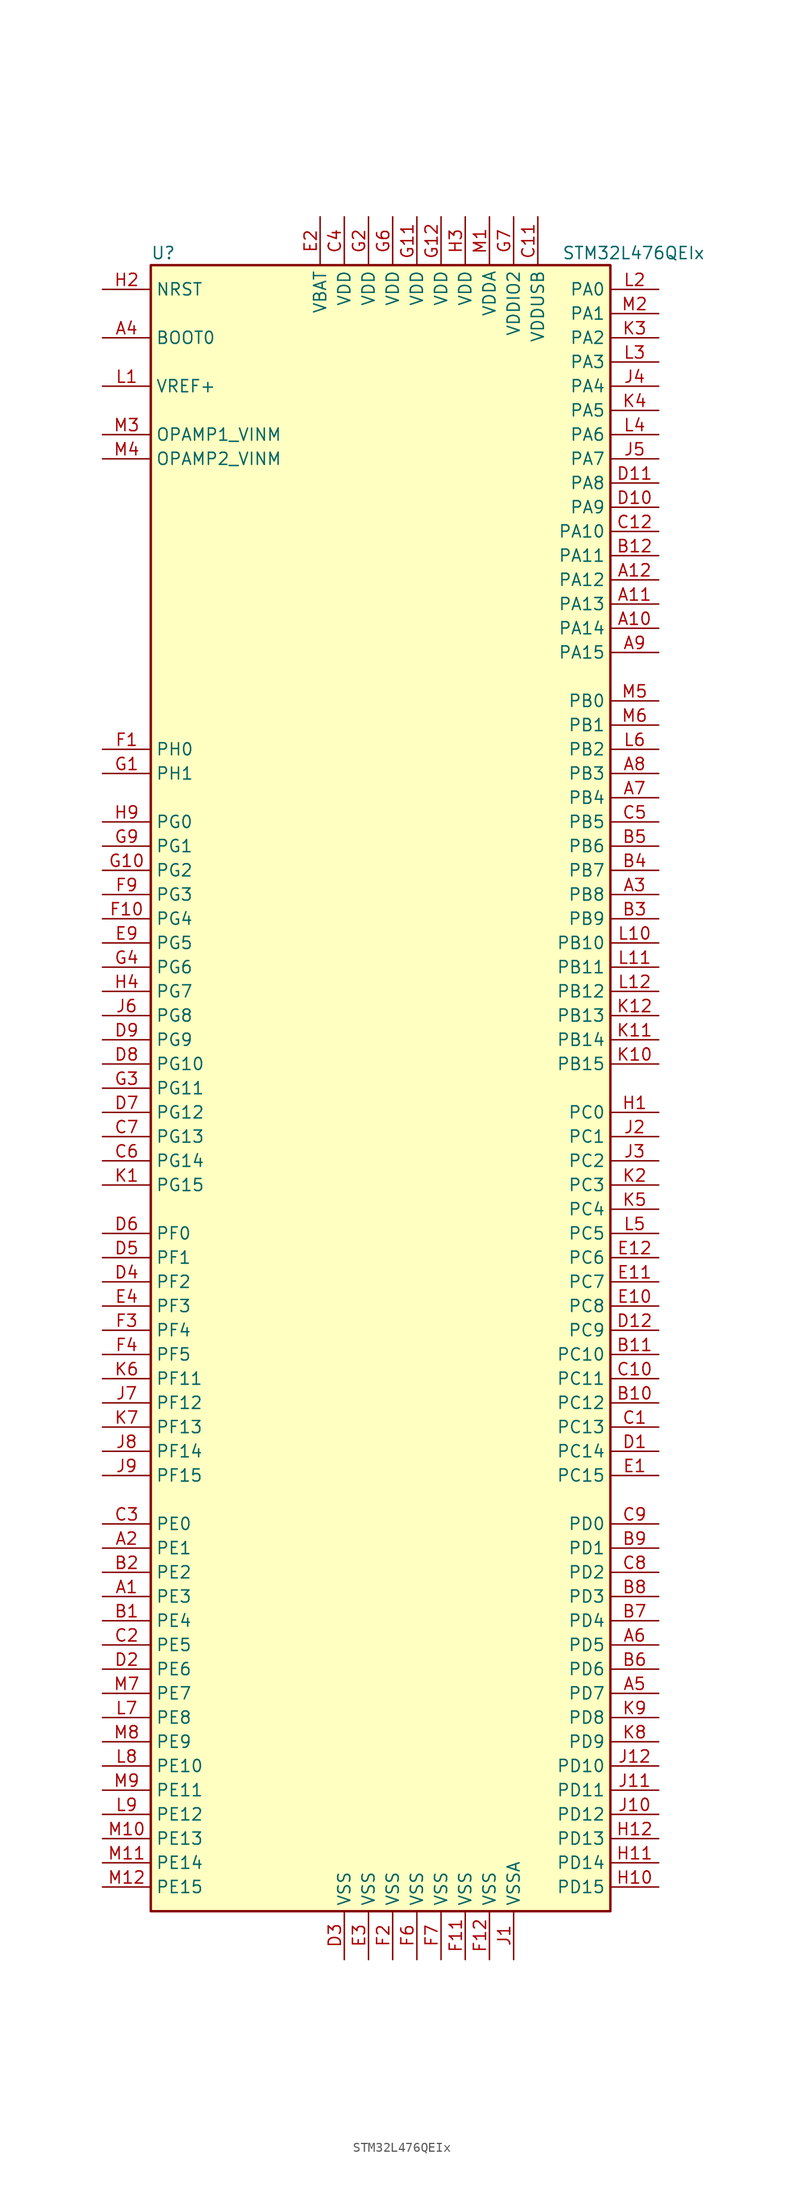
<source format=kicad_sym>
(kicad_symbol_lib
  (version 20201005)
  (generator kicad_symbol_editor)
  (symbol "STM32L476QEIx"
    (property "Reference" "U"
      (at -25.4 87.63 0)
      (effects (font (size 1.27 1.27)) (justify left)))
    (property "Value" "STM32L476QEIx"
      (at 17.78 87.63 0)
      (effects (font (size 1.27 1.27)) (justify left)))
    (symbol "STM32L476QEIx_0_1"
      (rectangle (start -25.4 -86.36) (end 22.86 86.36) (stroke (width 0.254)) (fill (type background))))
    (symbol "STM32L476QEIx_1_1"
      (pin bidirectional line (at -30.48 -53.34 0) (length 5.08) (name "PE3" (effects (font (size 1.27 1.27)))) (number "A1" (effects (font (size 1.27 1.27)))))
      (pin bidirectional line (at 27.94 48.26 180) (length 5.08) (name "PA14" (effects (font (size 1.27 1.27)))) (number "A10" (effects (font (size 1.27 1.27)))))
      (pin bidirectional line (at 27.94 50.8 180) (length 5.08) (name "PA13" (effects (font (size 1.27 1.27)))) (number "A11" (effects (font (size 1.27 1.27)))))
      (pin bidirectional line (at 27.94 53.34 180) (length 5.08) (name "PA12" (effects (font (size 1.27 1.27)))) (number "A12" (effects (font (size 1.27 1.27)))))
      (pin bidirectional line (at -30.48 -48.26 0) (length 5.08) (name "PE1" (effects (font (size 1.27 1.27)))) (number "A2" (effects (font (size 1.27 1.27)))))
      (pin bidirectional line (at 27.94 20.32 180) (length 5.08) (name "PB8" (effects (font (size 1.27 1.27)))) (number "A3" (effects (font (size 1.27 1.27)))))
      (pin input line (at -30.48 78.74 0) (length 5.08) (name "BOOT0" (effects (font (size 1.27 1.27)))) (number "A4" (effects (font (size 1.27 1.27)))))
      (pin bidirectional line (at 27.94 -63.5 180) (length 5.08) (name "PD7" (effects (font (size 1.27 1.27)))) (number "A5" (effects (font (size 1.27 1.27)))))
      (pin bidirectional line (at 27.94 -58.42 180) (length 5.08) (name "PD5" (effects (font (size 1.27 1.27)))) (number "A6" (effects (font (size 1.27 1.27)))))
      (pin bidirectional line (at 27.94 30.48 180) (length 5.08) (name "PB4" (effects (font (size 1.27 1.27)))) (number "A7" (effects (font (size 1.27 1.27)))))
      (pin bidirectional line (at 27.94 33.02 180) (length 5.08) (name "PB3" (effects (font (size 1.27 1.27)))) (number "A8" (effects (font (size 1.27 1.27)))))
      (pin bidirectional line (at 27.94 45.72 180) (length 5.08) (name "PA15" (effects (font (size 1.27 1.27)))) (number "A9" (effects (font (size 1.27 1.27)))))
      (pin bidirectional line (at -30.48 -55.88 0) (length 5.08) (name "PE4" (effects (font (size 1.27 1.27)))) (number "B1" (effects (font (size 1.27 1.27)))))
      (pin bidirectional line (at 27.94 -33.02 180) (length 5.08) (name "PC12" (effects (font (size 1.27 1.27)))) (number "B10" (effects (font (size 1.27 1.27)))))
      (pin bidirectional line (at 27.94 -27.94 180) (length 5.08) (name "PC10" (effects (font (size 1.27 1.27)))) (number "B11" (effects (font (size 1.27 1.27)))))
      (pin bidirectional line (at 27.94 55.88 180) (length 5.08) (name "PA11" (effects (font (size 1.27 1.27)))) (number "B12" (effects (font (size 1.27 1.27)))))
      (pin bidirectional line (at -30.48 -50.8 0) (length 5.08) (name "PE2" (effects (font (size 1.27 1.27)))) (number "B2" (effects (font (size 1.27 1.27)))))
      (pin bidirectional line (at 27.94 17.78 180) (length 5.08) (name "PB9" (effects (font (size 1.27 1.27)))) (number "B3" (effects (font (size 1.27 1.27)))))
      (pin bidirectional line (at 27.94 22.86 180) (length 5.08) (name "PB7" (effects (font (size 1.27 1.27)))) (number "B4" (effects (font (size 1.27 1.27)))))
      (pin bidirectional line (at 27.94 25.4 180) (length 5.08) (name "PB6" (effects (font (size 1.27 1.27)))) (number "B5" (effects (font (size 1.27 1.27)))))
      (pin bidirectional line (at 27.94 -60.96 180) (length 5.08) (name "PD6" (effects (font (size 1.27 1.27)))) (number "B6" (effects (font (size 1.27 1.27)))))
      (pin bidirectional line (at 27.94 -55.88 180) (length 5.08) (name "PD4" (effects (font (size 1.27 1.27)))) (number "B7" (effects (font (size 1.27 1.27)))))
      (pin bidirectional line (at 27.94 -53.34 180) (length 5.08) (name "PD3" (effects (font (size 1.27 1.27)))) (number "B8" (effects (font (size 1.27 1.27)))))
      (pin bidirectional line (at 27.94 -48.26 180) (length 5.08) (name "PD1" (effects (font (size 1.27 1.27)))) (number "B9" (effects (font (size 1.27 1.27)))))
      (pin bidirectional line (at 27.94 -35.56 180) (length 5.08) (name "PC13" (effects (font (size 1.27 1.27)))) (number "C1" (effects (font (size 1.27 1.27)))))
      (pin bidirectional line (at 27.94 -30.48 180) (length 5.08) (name "PC11" (effects (font (size 1.27 1.27)))) (number "C10" (effects (font (size 1.27 1.27)))))
      (pin power_in line (at 15.24 91.44 270) (length 5.08) (name "VDDUSB" (effects (font (size 1.27 1.27)))) (number "C11" (effects (font (size 1.27 1.27)))))
      (pin bidirectional line (at 27.94 58.42 180) (length 5.08) (name "PA10" (effects (font (size 1.27 1.27)))) (number "C12" (effects (font (size 1.27 1.27)))))
      (pin bidirectional line (at -30.48 -58.42 0) (length 5.08) (name "PE5" (effects (font (size 1.27 1.27)))) (number "C2" (effects (font (size 1.27 1.27)))))
      (pin bidirectional line (at -30.48 -45.72 0) (length 5.08) (name "PE0" (effects (font (size 1.27 1.27)))) (number "C3" (effects (font (size 1.27 1.27)))))
      (pin power_in line (at -5.08 91.44 270) (length 5.08) (name "VDD" (effects (font (size 1.27 1.27)))) (number "C4" (effects (font (size 1.27 1.27)))))
      (pin bidirectional line (at 27.94 27.94 180) (length 5.08) (name "PB5" (effects (font (size 1.27 1.27)))) (number "C5" (effects (font (size 1.27 1.27)))))
      (pin bidirectional line (at -30.48 -7.62 0) (length 5.08) (name "PG14" (effects (font (size 1.27 1.27)))) (number "C6" (effects (font (size 1.27 1.27)))))
      (pin bidirectional line (at -30.48 -5.08 0) (length 5.08) (name "PG13" (effects (font (size 1.27 1.27)))) (number "C7" (effects (font (size 1.27 1.27)))))
      (pin bidirectional line (at 27.94 -50.8 180) (length 5.08) (name "PD2" (effects (font (size 1.27 1.27)))) (number "C8" (effects (font (size 1.27 1.27)))))
      (pin bidirectional line (at 27.94 -45.72 180) (length 5.08) (name "PD0" (effects (font (size 1.27 1.27)))) (number "C9" (effects (font (size 1.27 1.27)))))
      (pin bidirectional line (at 27.94 -38.1 180) (length 5.08) (name "PC14" (effects (font (size 1.27 1.27)))) (number "D1" (effects (font (size 1.27 1.27)))))
      (pin bidirectional line (at 27.94 60.96 180) (length 5.08) (name "PA9" (effects (font (size 1.27 1.27)))) (number "D10" (effects (font (size 1.27 1.27)))))
      (pin bidirectional line (at 27.94 63.5 180) (length 5.08) (name "PA8" (effects (font (size 1.27 1.27)))) (number "D11" (effects (font (size 1.27 1.27)))))
      (pin bidirectional line (at 27.94 -25.4 180) (length 5.08) (name "PC9" (effects (font (size 1.27 1.27)))) (number "D12" (effects (font (size 1.27 1.27)))))
      (pin bidirectional line (at -30.48 -60.96 0) (length 5.08) (name "PE6" (effects (font (size 1.27 1.27)))) (number "D2" (effects (font (size 1.27 1.27)))))
      (pin power_in line (at -5.08 -91.44 90) (length 5.08) (name "VSS" (effects (font (size 1.27 1.27)))) (number "D3" (effects (font (size 1.27 1.27)))))
      (pin bidirectional line (at -30.48 -20.32 0) (length 5.08) (name "PF2" (effects (font (size 1.27 1.27)))) (number "D4" (effects (font (size 1.27 1.27)))))
      (pin bidirectional line (at -30.48 -17.78 0) (length 5.08) (name "PF1" (effects (font (size 1.27 1.27)))) (number "D5" (effects (font (size 1.27 1.27)))))
      (pin bidirectional line (at -30.48 -15.24 0) (length 5.08) (name "PF0" (effects (font (size 1.27 1.27)))) (number "D6" (effects (font (size 1.27 1.27)))))
      (pin bidirectional line (at -30.48 -2.54 0) (length 5.08) (name "PG12" (effects (font (size 1.27 1.27)))) (number "D7" (effects (font (size 1.27 1.27)))))
      (pin bidirectional line (at -30.48 2.54 0) (length 5.08) (name "PG10" (effects (font (size 1.27 1.27)))) (number "D8" (effects (font (size 1.27 1.27)))))
      (pin bidirectional line (at -30.48 5.08 0) (length 5.08) (name "PG9" (effects (font (size 1.27 1.27)))) (number "D9" (effects (font (size 1.27 1.27)))))
      (pin bidirectional line (at 27.94 -40.64 180) (length 5.08) (name "PC15" (effects (font (size 1.27 1.27)))) (number "E1" (effects (font (size 1.27 1.27)))))
      (pin bidirectional line (at 27.94 -22.86 180) (length 5.08) (name "PC8" (effects (font (size 1.27 1.27)))) (number "E10" (effects (font (size 1.27 1.27)))))
      (pin bidirectional line (at 27.94 -20.32 180) (length 5.08) (name "PC7" (effects (font (size 1.27 1.27)))) (number "E11" (effects (font (size 1.27 1.27)))))
      (pin bidirectional line (at 27.94 -17.78 180) (length 5.08) (name "PC6" (effects (font (size 1.27 1.27)))) (number "E12" (effects (font (size 1.27 1.27)))))
      (pin power_in line (at -7.62 91.44 270) (length 5.08) (name "VBAT" (effects (font (size 1.27 1.27)))) (number "E2" (effects (font (size 1.27 1.27)))))
      (pin power_in line (at -2.54 -91.44 90) (length 5.08) (name "VSS" (effects (font (size 1.27 1.27)))) (number "E3" (effects (font (size 1.27 1.27)))))
      (pin bidirectional line (at -30.48 -22.86 0) (length 5.08) (name "PF3" (effects (font (size 1.27 1.27)))) (number "E4" (effects (font (size 1.27 1.27)))))
      (pin bidirectional line (at -30.48 15.24 0) (length 5.08) (name "PG5" (effects (font (size 1.27 1.27)))) (number "E9" (effects (font (size 1.27 1.27)))))
      (pin input line (at -30.48 35.56 0) (length 5.08) (name "PH0" (effects (font (size 1.27 1.27)))) (number "F1" (effects (font (size 1.27 1.27)))))
      (pin bidirectional line (at -30.48 17.78 0) (length 5.08) (name "PG4" (effects (font (size 1.27 1.27)))) (number "F10" (effects (font (size 1.27 1.27)))))
      (pin power_in line (at 7.62 -91.44 90) (length 5.08) (name "VSS" (effects (font (size 1.27 1.27)))) (number "F11" (effects (font (size 1.27 1.27)))))
      (pin power_in line (at 10.16 -91.44 90) (length 5.08) (name "VSS" (effects (font (size 1.27 1.27)))) (number "F12" (effects (font (size 1.27 1.27)))))
      (pin power_in line (at 0 -91.44 90) (length 5.08) (name "VSS" (effects (font (size 1.27 1.27)))) (number "F2" (effects (font (size 1.27 1.27)))))
      (pin bidirectional line (at -30.48 -25.4 0) (length 5.08) (name "PF4" (effects (font (size 1.27 1.27)))) (number "F3" (effects (font (size 1.27 1.27)))))
      (pin bidirectional line (at -30.48 -27.94 0) (length 5.08) (name "PF5" (effects (font (size 1.27 1.27)))) (number "F4" (effects (font (size 1.27 1.27)))))
      (pin power_in line (at 2.54 -91.44 90) (length 5.08) (name "VSS" (effects (font (size 1.27 1.27)))) (number "F6" (effects (font (size 1.27 1.27)))))
      (pin power_in line (at 5.08 -91.44 90) (length 5.08) (name "VSS" (effects (font (size 1.27 1.27)))) (number "F7" (effects (font (size 1.27 1.27)))))
      (pin bidirectional line (at -30.48 20.32 0) (length 5.08) (name "PG3" (effects (font (size 1.27 1.27)))) (number "F9" (effects (font (size 1.27 1.27)))))
      (pin input line (at -30.48 33.02 0) (length 5.08) (name "PH1" (effects (font (size 1.27 1.27)))) (number "G1" (effects (font (size 1.27 1.27)))))
      (pin bidirectional line (at -30.48 22.86 0) (length 5.08) (name "PG2" (effects (font (size 1.27 1.27)))) (number "G10" (effects (font (size 1.27 1.27)))))
      (pin power_in line (at 2.54 91.44 270) (length 5.08) (name "VDD" (effects (font (size 1.27 1.27)))) (number "G11" (effects (font (size 1.27 1.27)))))
      (pin power_in line (at 5.08 91.44 270) (length 5.08) (name "VDD" (effects (font (size 1.27 1.27)))) (number "G12" (effects (font (size 1.27 1.27)))))
      (pin power_in line (at -2.54 91.44 270) (length 5.08) (name "VDD" (effects (font (size 1.27 1.27)))) (number "G2" (effects (font (size 1.27 1.27)))))
      (pin bidirectional line (at -30.48 0 0) (length 5.08) (name "PG11" (effects (font (size 1.27 1.27)))) (number "G3" (effects (font (size 1.27 1.27)))))
      (pin bidirectional line (at -30.48 12.7 0) (length 5.08) (name "PG6" (effects (font (size 1.27 1.27)))) (number "G4" (effects (font (size 1.27 1.27)))))
      (pin power_in line (at 0 91.44 270) (length 5.08) (name "VDD" (effects (font (size 1.27 1.27)))) (number "G6" (effects (font (size 1.27 1.27)))))
      (pin power_in line (at 12.7 91.44 270) (length 5.08) (name "VDDIO2" (effects (font (size 1.27 1.27)))) (number "G7" (effects (font (size 1.27 1.27)))))
      (pin bidirectional line (at -30.48 25.4 0) (length 5.08) (name "PG1" (effects (font (size 1.27 1.27)))) (number "G9" (effects (font (size 1.27 1.27)))))
      (pin bidirectional line (at 27.94 -2.54 180) (length 5.08) (name "PC0" (effects (font (size 1.27 1.27)))) (number "H1" (effects (font (size 1.27 1.27)))))
      (pin bidirectional line (at 27.94 -83.82 180) (length 5.08) (name "PD15" (effects (font (size 1.27 1.27)))) (number "H10" (effects (font (size 1.27 1.27)))))
      (pin bidirectional line (at 27.94 -81.28 180) (length 5.08) (name "PD14" (effects (font (size 1.27 1.27)))) (number "H11" (effects (font (size 1.27 1.27)))))
      (pin bidirectional line (at 27.94 -78.74 180) (length 5.08) (name "PD13" (effects (font (size 1.27 1.27)))) (number "H12" (effects (font (size 1.27 1.27)))))
      (pin input line (at -30.48 83.82 0) (length 5.08) (name "NRST" (effects (font (size 1.27 1.27)))) (number "H2" (effects (font (size 1.27 1.27)))))
      (pin power_in line (at 7.62 91.44 270) (length 5.08) (name "VDD" (effects (font (size 1.27 1.27)))) (number "H3" (effects (font (size 1.27 1.27)))))
      (pin bidirectional line (at -30.48 10.16 0) (length 5.08) (name "PG7" (effects (font (size 1.27 1.27)))) (number "H4" (effects (font (size 1.27 1.27)))))
      (pin bidirectional line (at -30.48 27.94 0) (length 5.08) (name "PG0" (effects (font (size 1.27 1.27)))) (number "H9" (effects (font (size 1.27 1.27)))))
      (pin power_in line (at 12.7 -91.44 90) (length 5.08) (name "VSSA" (effects (font (size 1.27 1.27)))) (number "J1" (effects (font (size 1.27 1.27)))))
      (pin bidirectional line (at 27.94 -76.2 180) (length 5.08) (name "PD12" (effects (font (size 1.27 1.27)))) (number "J10" (effects (font (size 1.27 1.27)))))
      (pin bidirectional line (at 27.94 -73.66 180) (length 5.08) (name "PD11" (effects (font (size 1.27 1.27)))) (number "J11" (effects (font (size 1.27 1.27)))))
      (pin bidirectional line (at 27.94 -71.12 180) (length 5.08) (name "PD10" (effects (font (size 1.27 1.27)))) (number "J12" (effects (font (size 1.27 1.27)))))
      (pin bidirectional line (at 27.94 -5.08 180) (length 5.08) (name "PC1" (effects (font (size 1.27 1.27)))) (number "J2" (effects (font (size 1.27 1.27)))))
      (pin bidirectional line (at 27.94 -7.62 180) (length 5.08) (name "PC2" (effects (font (size 1.27 1.27)))) (number "J3" (effects (font (size 1.27 1.27)))))
      (pin bidirectional line (at 27.94 73.66 180) (length 5.08) (name "PA4" (effects (font (size 1.27 1.27)))) (number "J4" (effects (font (size 1.27 1.27)))))
      (pin bidirectional line (at 27.94 66.04 180) (length 5.08) (name "PA7" (effects (font (size 1.27 1.27)))) (number "J5" (effects (font (size 1.27 1.27)))))
      (pin bidirectional line (at -30.48 7.62 0) (length 5.08) (name "PG8" (effects (font (size 1.27 1.27)))) (number "J6" (effects (font (size 1.27 1.27)))))
      (pin bidirectional line (at -30.48 -33.02 0) (length 5.08) (name "PF12" (effects (font (size 1.27 1.27)))) (number "J7" (effects (font (size 1.27 1.27)))))
      (pin bidirectional line (at -30.48 -38.1 0) (length 5.08) (name "PF14" (effects (font (size 1.27 1.27)))) (number "J8" (effects (font (size 1.27 1.27)))))
      (pin bidirectional line (at -30.48 -40.64 0) (length 5.08) (name "PF15" (effects (font (size 1.27 1.27)))) (number "J9" (effects (font (size 1.27 1.27)))))
      (pin bidirectional line (at -30.48 -10.16 0) (length 5.08) (name "PG15" (effects (font (size 1.27 1.27)))) (number "K1" (effects (font (size 1.27 1.27)))))
      (pin bidirectional line (at 27.94 2.54 180) (length 5.08) (name "PB15" (effects (font (size 1.27 1.27)))) (number "K10" (effects (font (size 1.27 1.27)))))
      (pin bidirectional line (at 27.94 5.08 180) (length 5.08) (name "PB14" (effects (font (size 1.27 1.27)))) (number "K11" (effects (font (size 1.27 1.27)))))
      (pin bidirectional line (at 27.94 7.62 180) (length 5.08) (name "PB13" (effects (font (size 1.27 1.27)))) (number "K12" (effects (font (size 1.27 1.27)))))
      (pin bidirectional line (at 27.94 -10.16 180) (length 5.08) (name "PC3" (effects (font (size 1.27 1.27)))) (number "K2" (effects (font (size 1.27 1.27)))))
      (pin bidirectional line (at 27.94 78.74 180) (length 5.08) (name "PA2" (effects (font (size 1.27 1.27)))) (number "K3" (effects (font (size 1.27 1.27)))))
      (pin bidirectional line (at 27.94 71.12 180) (length 5.08) (name "PA5" (effects (font (size 1.27 1.27)))) (number "K4" (effects (font (size 1.27 1.27)))))
      (pin bidirectional line (at 27.94 -12.7 180) (length 5.08) (name "PC4" (effects (font (size 1.27 1.27)))) (number "K5" (effects (font (size 1.27 1.27)))))
      (pin bidirectional line (at -30.48 -30.48 0) (length 5.08) (name "PF11" (effects (font (size 1.27 1.27)))) (number "K6" (effects (font (size 1.27 1.27)))))
      (pin bidirectional line (at -30.48 -35.56 0) (length 5.08) (name "PF13" (effects (font (size 1.27 1.27)))) (number "K7" (effects (font (size 1.27 1.27)))))
      (pin bidirectional line (at 27.94 -68.58 180) (length 5.08) (name "PD9" (effects (font (size 1.27 1.27)))) (number "K8" (effects (font (size 1.27 1.27)))))
      (pin bidirectional line (at 27.94 -66.04 180) (length 5.08) (name "PD8" (effects (font (size 1.27 1.27)))) (number "K9" (effects (font (size 1.27 1.27)))))
      (pin bidirectional line (at -30.48 73.66 0) (length 5.08) (name "VREF+" (effects (font (size 1.27 1.27)))) (number "L1" (effects (font (size 1.27 1.27)))))
      (pin bidirectional line (at 27.94 15.24 180) (length 5.08) (name "PB10" (effects (font (size 1.27 1.27)))) (number "L10" (effects (font (size 1.27 1.27)))))
      (pin bidirectional line (at 27.94 12.7 180) (length 5.08) (name "PB11" (effects (font (size 1.27 1.27)))) (number "L11" (effects (font (size 1.27 1.27)))))
      (pin bidirectional line (at 27.94 10.16 180) (length 5.08) (name "PB12" (effects (font (size 1.27 1.27)))) (number "L12" (effects (font (size 1.27 1.27)))))
      (pin bidirectional line (at 27.94 83.82 180) (length 5.08) (name "PA0" (effects (font (size 1.27 1.27)))) (number "L2" (effects (font (size 1.27 1.27)))))
      (pin bidirectional line (at 27.94 76.2 180) (length 5.08) (name "PA3" (effects (font (size 1.27 1.27)))) (number "L3" (effects (font (size 1.27 1.27)))))
      (pin bidirectional line (at 27.94 68.58 180) (length 5.08) (name "PA6" (effects (font (size 1.27 1.27)))) (number "L4" (effects (font (size 1.27 1.27)))))
      (pin bidirectional line (at 27.94 -15.24 180) (length 5.08) (name "PC5" (effects (font (size 1.27 1.27)))) (number "L5" (effects (font (size 1.27 1.27)))))
      (pin bidirectional line (at 27.94 35.56 180) (length 5.08) (name "PB2" (effects (font (size 1.27 1.27)))) (number "L6" (effects (font (size 1.27 1.27)))))
      (pin bidirectional line (at -30.48 -66.04 0) (length 5.08) (name "PE8" (effects (font (size 1.27 1.27)))) (number "L7" (effects (font (size 1.27 1.27)))))
      (pin bidirectional line (at -30.48 -71.12 0) (length 5.08) (name "PE10" (effects (font (size 1.27 1.27)))) (number "L8" (effects (font (size 1.27 1.27)))))
      (pin bidirectional line (at -30.48 -76.2 0) (length 5.08) (name "PE12" (effects (font (size 1.27 1.27)))) (number "L9" (effects (font (size 1.27 1.27)))))
      (pin power_in line (at 10.16 91.44 270) (length 5.08) (name "VDDA" (effects (font (size 1.27 1.27)))) (number "M1" (effects (font (size 1.27 1.27)))))
      (pin bidirectional line (at -30.48 -78.74 0) (length 5.08) (name "PE13" (effects (font (size 1.27 1.27)))) (number "M10" (effects (font (size 1.27 1.27)))))
      (pin bidirectional line (at -30.48 -81.28 0) (length 5.08) (name "PE14" (effects (font (size 1.27 1.27)))) (number "M11" (effects (font (size 1.27 1.27)))))
      (pin bidirectional line (at -30.48 -83.82 0) (length 5.08) (name "PE15" (effects (font (size 1.27 1.27)))) (number "M12" (effects (font (size 1.27 1.27)))))
      (pin bidirectional line (at 27.94 81.28 180) (length 5.08) (name "PA1" (effects (font (size 1.27 1.27)))) (number "M2" (effects (font (size 1.27 1.27)))))
      (pin bidirectional line (at -30.48 68.58 0) (length 5.08) (name "OPAMP1_VINM" (effects (font (size 1.27 1.27)))) (number "M3" (effects (font (size 1.27 1.27)))))
      (pin bidirectional line (at -30.48 66.04 0) (length 5.08) (name "OPAMP2_VINM" (effects (font (size 1.27 1.27)))) (number "M4" (effects (font (size 1.27 1.27)))))
      (pin bidirectional line (at 27.94 40.64 180) (length 5.08) (name "PB0" (effects (font (size 1.27 1.27)))) (number "M5" (effects (font (size 1.27 1.27)))))
      (pin bidirectional line (at 27.94 38.1 180) (length 5.08) (name "PB1" (effects (font (size 1.27 1.27)))) (number "M6" (effects (font (size 1.27 1.27)))))
      (pin bidirectional line (at -30.48 -63.5 0) (length 5.08) (name "PE7" (effects (font (size 1.27 1.27)))) (number "M7" (effects (font (size 1.27 1.27)))))
      (pin bidirectional line (at -30.48 -68.58 0) (length 5.08) (name "PE9" (effects (font (size 1.27 1.27)))) (number "M8" (effects (font (size 1.27 1.27)))))
      (pin bidirectional line (at -30.48 -73.66 0) (length 5.08) (name "PE11" (effects (font (size 1.27 1.27)))) (number "M9" (effects (font (size 1.27 1.27))))))))
</source>
